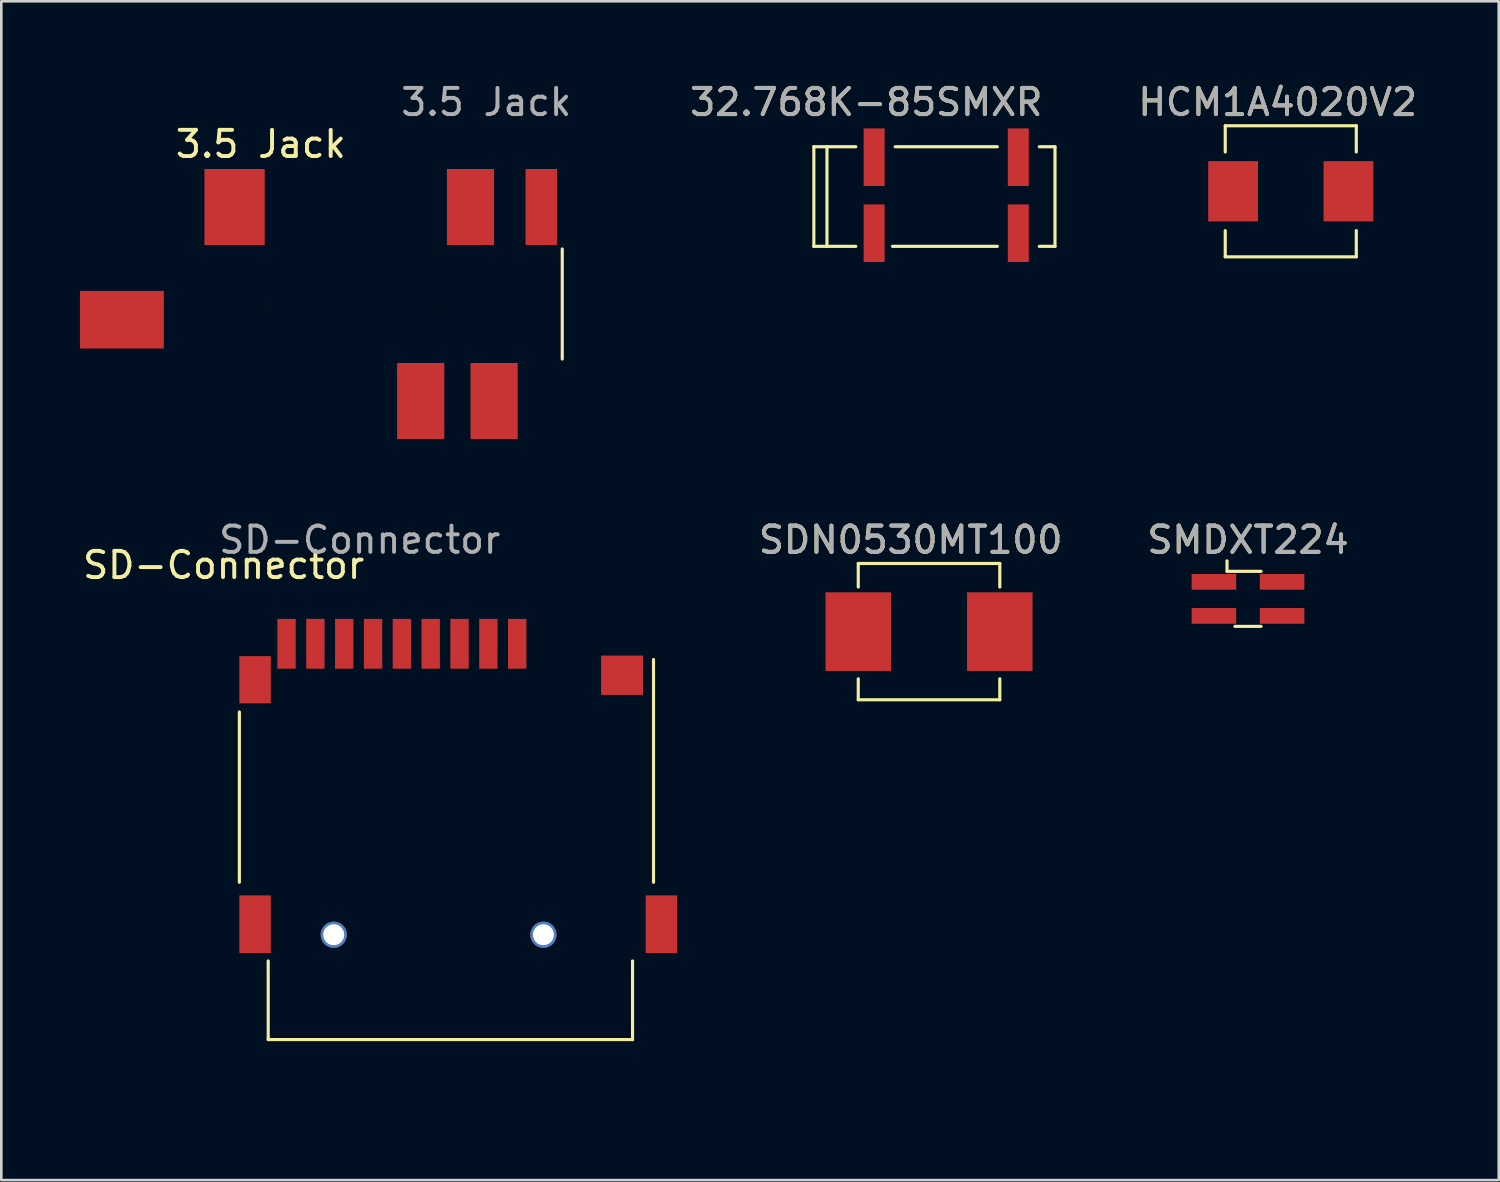
<source format=kicad_pcb>
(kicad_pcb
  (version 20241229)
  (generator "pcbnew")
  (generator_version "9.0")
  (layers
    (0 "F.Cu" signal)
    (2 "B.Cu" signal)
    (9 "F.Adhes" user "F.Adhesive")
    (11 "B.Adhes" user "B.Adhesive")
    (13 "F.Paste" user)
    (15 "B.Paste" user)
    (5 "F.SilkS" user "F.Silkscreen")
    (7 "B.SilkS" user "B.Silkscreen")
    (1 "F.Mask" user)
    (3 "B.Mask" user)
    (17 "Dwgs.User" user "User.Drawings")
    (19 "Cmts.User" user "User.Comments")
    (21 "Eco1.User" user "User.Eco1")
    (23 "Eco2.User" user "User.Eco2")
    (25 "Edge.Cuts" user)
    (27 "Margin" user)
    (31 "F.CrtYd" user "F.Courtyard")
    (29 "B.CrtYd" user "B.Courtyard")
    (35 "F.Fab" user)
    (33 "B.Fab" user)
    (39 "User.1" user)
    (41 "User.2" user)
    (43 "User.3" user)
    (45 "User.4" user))
  (footprint "HCM1A4020V2"
    (layer "F.Cu")
    (at 46.194 4.248)
    (property "Reference" "HCM1A4020V2" (at -0.5 -3.4 0) (unlocked yes) (layer "F.SilkS") (effects (font (size 1 1) (thickness 0.15))))
    (attr through_hole)
    (fp_line (start -2.5 -2.5) (end 2.5 -2.5) (stroke (width 0.12) (type solid)) (layer "F.SilkS"))
    (fp_line (start -2.5 -1.5) (end -2.5 -2.5) (stroke (width 0.12) (type solid)) (layer "F.SilkS"))
    (fp_line (start -2.5 1.5) (end -2.5 2.5) (stroke (width 0.12) (type solid)) (layer "F.SilkS"))
    (fp_line (start 2.5 -2.5) (end 2.5 -1.5) (stroke (width 0.12) (type solid)) (layer "F.SilkS"))
    (fp_line (start 2.5 1.5) (end 2.5 2.5) (stroke (width 0.12) (type solid)) (layer "F.SilkS"))
    (fp_line (start 2.5 2.5) (end -2.5 2.5) (stroke (width 0.12) (type solid)) (layer "F.SilkS"))
    (fp_text user "${REFERENCE}" (at -0.5 -3.4 0) (unlocked yes) (layer "F.Fab") (effects (font (size 1 1) (thickness 0.15))))
    (pad "1" smd rect (at -2.2 0) (size 1.9 2.3) (layers "F.Cu" "F.Mask" "F.Paste"))
    (pad "2" smd rect (at 2.2 0) (size 1.9 2.3) (layers "F.Cu" "F.Mask" "F.Paste")))
  (footprint "3.5 Jack"
    (layer "F.Cu")
    (at 18.3 8.548)
    (property "Reference" "3.5 Jack" (at -11.4 -6.1 0) (unlocked yes) (layer "F.SilkS") (effects (font (size 1 1) (thickness 0.15))))
    (attr through_hole)
    (fp_line (start 0.1 -2.1) (end 0.1 2.1) (stroke (width 0.12) (type solid)) (layer "F.SilkS"))
    (fp_line (start 0.3 -1.7) (end 1.8 -1.7) (stroke (width 0.12) (type solid)) (layer "User.1"))
    (fp_line (start 0.3 1.5) (end 0.3 -1.7) (stroke (width 0.12) (type solid)) (layer "User.1"))
    (fp_line (start 1.8 -1.7) (end 1.8 1.5) (stroke (width 0.12) (type solid)) (layer "User.1"))
    (fp_line (start 1.8 1.5) (end 0.3 1.5) (stroke (width 0.12) (type solid)) (layer "User.1"))
    (fp_text user "${REFERENCE}" (at -2.8 -7.7 0) (unlocked yes) (layer "F.Fab") (effects (font (size 1 1) (thickness 0.15))))
    (pad "" np_thru_hole circle (at -11.3 0) (size 0.1 0.1) (drill 1.8) (layers "*.Mask"))
    (pad "" np_thru_hole circle (at -4.3 0) (size 0.1 0.1) (drill 1.8) (layers "*.Mask"))
    (pad "R" smd rect (at -5.3 3.7) (size 1.8 2.9) (layers "F.Cu" "F.Mask" "F.Paste"))
    (pad "RN" smd rect (at -2.5 3.7) (size 1.8 2.9) (layers "F.Cu" "F.Mask" "F.Paste"))
    (pad "S" smd rect (at -3.4 -3.7) (size 1.8 2.9) (layers "F.Cu" "F.Mask" "F.Paste"))
    (pad "SN" smd rect (at -0.7 -3.7) (size 1.2 2.9) (layers "F.Cu" "F.Mask" "F.Paste"))
    (pad "T" smd rect (at -12.4 -3.7) (size 2.3 2.9) (layers "F.Cu" "F.Mask" "F.Paste"))
    (pad "TN" smd rect (at -16.7 0.6 90) (size 2.2 3.2) (layers "F.Cu" "F.Mask" "F.Paste")))
  (footprint "SMDXT224"
    (layer "F.Cu")
    (at 44.562 19.747)
    (property "Reference" "SMDXT224" (at 0 -2.2 0) (unlocked yes) (layer "F.SilkS") (effects (font (size 1 1) (thickness 0.15))))
    (attr smd)
    (fp_line (start -0.8 -1.4) (end -0.8 -1) (stroke (width 0.12) (type solid)) (layer "F.SilkS"))
    (fp_line (start -0.8 -1) (end 0.5 -1) (stroke (width 0.12) (type solid)) (layer "F.SilkS"))
    (fp_line (start -0.5 1.1) (end 0.5 1.1) (stroke (width 0.12) (type solid)) (layer "F.SilkS"))
    (fp_text user "${REFERENCE}" (at 0 -2.2 0) (unlocked yes) (layer "F.Fab") (effects (font (size 1 1) (thickness 0.15))))
    (pad "" smd rect (at -1.3 0.7) (size 1.7 0.6) (layers "F.Cu" "F.Mask" "F.Paste"))
    (pad "" smd rect (at 1.3 -0.6) (size 1.7 0.6) (layers "F.Cu" "F.Mask" "F.Paste"))
    (pad "1" smd rect (at -1.3 -0.6) (size 1.7 0.6) (layers "F.Cu" "F.Mask" "F.Paste"))
    (pad "2" smd rect (at 1.3 0.7) (size 1.7 0.6) (layers "F.Cu" "F.Mask" "F.Paste")))
  (footprint "32.768K-85SMXR"
    (layer "F.Cu")
    (at 33.199 4.448)
    (property "Reference" "32.768K-85SMXR" (at -3.2 -3.6 0) (unlocked yes) (layer "F.SilkS") (effects (font (size 1 1) (thickness 0.15))))
    (attr smd)
    (fp_line (start -5.2 -1.9) (end -5.2 1.9) (stroke (width 0.12) (type solid)) (layer "F.SilkS"))
    (fp_line (start -5.2 1.9) (end -4.7 1.9) (stroke (width 0.12) (type solid)) (layer "F.SilkS"))
    (fp_line (start -4.7 -1.9) (end -5.2 -1.9) (stroke (width 0.12) (type solid)) (layer "F.SilkS"))
    (fp_line (start -4.7 -1.9) (end -3.6 -1.9) (stroke (width 0.12) (type solid)) (layer "F.SilkS"))
    (fp_line (start -4.7 1.9) (end -4.7 -1.9) (stroke (width 0.12) (type solid)) (layer "F.SilkS"))
    (fp_line (start -4.7 1.9) (end -3.6 1.9) (stroke (width 0.12) (type solid)) (layer "F.SilkS"))
    (fp_line (start -2.2 1.9) (end 1.8 1.9) (stroke (width 0.12) (type solid)) (layer "F.SilkS"))
    (fp_line (start -2.1 -1.9) (end 1.8 -1.9) (stroke (width 0.12) (type solid)) (layer "F.SilkS"))
    (fp_line (start 4 -1.9) (end 3.4 -1.9) (stroke (width 0.12) (type solid)) (layer "F.SilkS"))
    (fp_line (start 4 1.9) (end 3.4 1.9) (stroke (width 0.12) (type solid)) (layer "F.SilkS"))
    (fp_line (start 4 1.9) (end 4 -1.9) (stroke (width 0.12) (type solid)) (layer "F.SilkS"))
    (fp_text user "${REFERENCE}" (at -3.2 -3.6 0) (unlocked yes) (layer "F.Fab") (effects (font (size 1 1) (thickness 0.15))))
    (pad "" smd rect (at 2.6 -1.5) (size 0.8 2.2) (layers "F.Cu" "F.Mask" "F.Paste"))
    (pad "" smd rect (at 2.6 1.4) (size 0.8 2.2) (layers "F.Cu" "F.Mask" "F.Paste"))
    (pad "1" smd rect (at -2.9 1.4) (size 0.8 2.2) (layers "F.Cu" "F.Mask" "F.Paste"))
    (pad "2" smd rect (at -2.9 -1.5) (size 0.8 2.2) (layers "F.Cu" "F.Mask" "F.Paste")))
  (footprint "SD-Connector"
    (layer "F.Cu")
    (at 17.682 36.611)
    (property "Reference" "SD-Connector" (at -12.2 -18.1 0) (unlocked yes) (layer "F.SilkS") (effects (font (size 1 1) (thickness 0.15))))
    (attr through_hole)
    (fp_line (start -11.6 -6) (end -11.6 -12.5) (stroke (width 0.12) (type solid)) (layer "F.SilkS"))
    (fp_line (start -10.5 -3) (end -10.5 0) (stroke (width 0.12) (type solid)) (layer "F.SilkS"))
    (fp_line (start 3.4 -3) (end 3.4 0) (stroke (width 0.12) (type solid)) (layer "F.SilkS"))
    (fp_line (start 3.4 0) (end -10.5 0) (stroke (width 0.12) (type solid)) (layer "F.SilkS"))
    (fp_line (start 4.2 -14.5) (end 4.2 -6) (stroke (width 0.12) (type solid)) (layer "F.SilkS"))
    (fp_line (start -10.2 0) (end -10.2 2.3) (stroke (width 0.12) (type solid)) (layer "User.1"))
    (fp_line (start -10.2 2.3) (end 1.1 2.3) (stroke (width 0.12) (type solid)) (layer "User.1"))
    (fp_line (start 1.1 2.3) (end 1.1 0) (stroke (width 0.12) (type solid)) (layer "User.1"))
    (fp_text user "${REFERENCE}" (at -7.008 -19.064 0) (unlocked yes) (layer "F.Fab") (effects (font (size 1 1) (thickness 0.15))))
    (pad "" np_thru_hole circle (at -8 -4) (size 1 1) (drill 0.8) (layers "*.Cu" "*.Mask"))
    (pad "" np_thru_hole circle (at 0 -4) (size 1 1) (drill 0.8) (layers "*.Cu" "*.Mask"))
    (pad "1" smd rect (at -1 -15.1) (size 0.7 1.9) (layers "F.Cu" "F.Mask" "F.Paste"))
    (pad "2" smd rect (at -2.1 -15.1) (size 0.7 1.9) (layers "F.Cu" "F.Mask" "F.Paste"))
    (pad "3" smd rect (at -3.2 -15.1) (size 0.7 1.9) (layers "F.Cu" "F.Mask" "F.Paste"))
    (pad "4" smd rect (at -4.3 -15.1) (size 0.7 1.9) (layers "F.Cu" "F.Mask" "F.Paste"))
    (pad "5" smd rect (at -5.4 -15.1) (size 0.7 1.9) (layers "F.Cu" "F.Mask" "F.Paste"))
    (pad "6" smd rect (at -6.5 -15.1) (size 0.7 1.9) (layers "F.Cu" "F.Mask" "F.Paste"))
    (pad "7" smd rect (at -7.6 -15.1) (size 0.7 1.9) (layers "F.Cu" "F.Mask" "F.Paste"))
    (pad "8" smd rect (at -8.7 -15.1) (size 0.7 1.9) (layers "F.Cu" "F.Mask" "F.Paste"))
    (pad "9" smd rect (at -9.8 -15.1) (size 0.7 1.9) (layers "F.Cu" "F.Mask" "F.Paste"))
    (pad "10" smd rect (at -11 -13.728) (size 1.2 1.8) (layers "F.Cu" "F.Mask" "F.Paste"))
    (pad "10" smd rect (at -11 -4.4) (size 1.2 2.2) (layers "F.Cu" "F.Mask" "F.Paste"))
    (pad "10" smd rect (at 3 -13.9) (size 1.6 1.5) (layers "F.Cu" "F.Mask" "F.Paste"))
    (pad "10" smd rect (at 4.5 -4.4) (size 1.2 2.2) (layers "F.Cu" "F.Mask" "F.Paste")))
  (footprint "SDN0530MT100"
    (layer "F.Cu")
    (at 32.393 21.047)
    (property "Reference" "SDN0530MT100" (at -0.7 -3.5 0) (unlocked yes) (layer "F.SilkS") (effects (font (size 1 1) (thickness 0.15))))
    (attr smd)
    (fp_line (start -2.7 -2.6) (end -2.7 -1.7) (stroke (width 0.12) (type solid)) (layer "F.SilkS"))
    (fp_line (start -2.7 -2.6) (end 2.7 -2.6) (stroke (width 0.12) (type solid)) (layer "F.SilkS"))
    (fp_line (start -2.7 2.6) (end -2.7 1.8) (stroke (width 0.12) (type solid)) (layer "F.SilkS"))
    (fp_line (start 2.7 -2.6) (end 2.7 -1.7) (stroke (width 0.12) (type solid)) (layer "F.SilkS"))
    (fp_line (start 2.7 1.8) (end 2.7 2.6) (stroke (width 0.12) (type solid)) (layer "F.SilkS"))
    (fp_line (start 2.7 2.6) (end -2.7 2.6) (stroke (width 0.12) (type solid)) (layer "F.SilkS"))
    (fp_text user "${REFERENCE}" (at -0.7 -3.5 0) (unlocked yes) (layer "F.Fab") (effects (font (size 1 1) (thickness 0.15))))
    (pad "1" smd rect (at -2.7 0) (size 2.5 3) (layers "F.Cu" "F.Mask" "F.Paste"))
    (pad "2" smd rect (at 2.7 0) (size 2.5 3) (layers "F.Cu" "F.Mask" "F.Paste")))
  (gr_rect
    (start -3 -3)
    (end 54.128 41.971)
    (stroke (width 0.1) (type default))
    (fill no)
    (layer "Edge.Cuts")))
</source>
